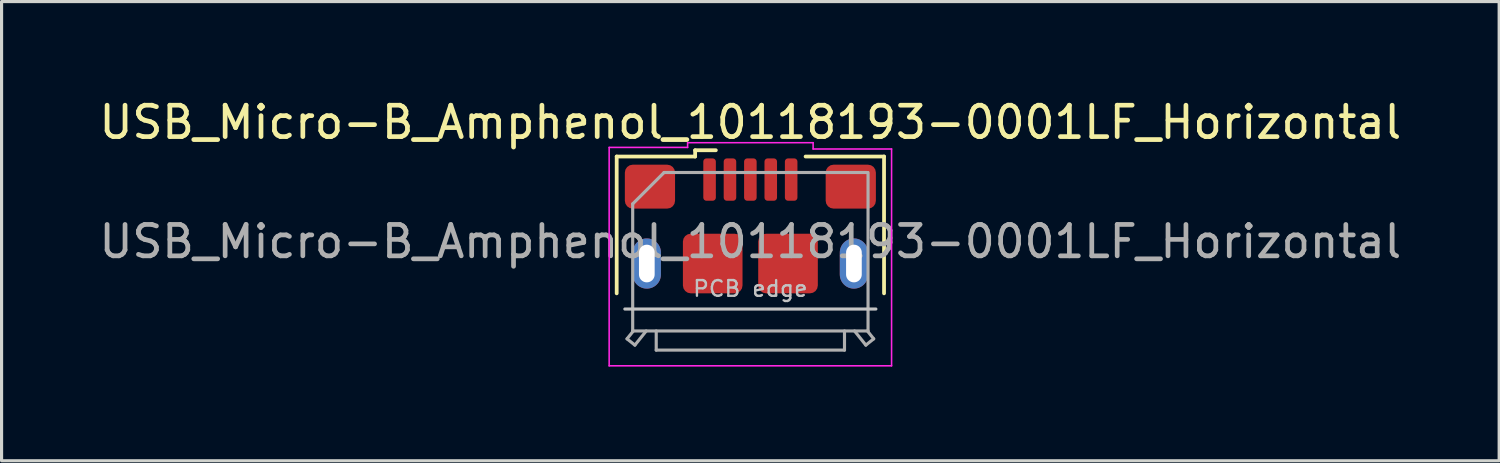
<source format=kicad_pcb>
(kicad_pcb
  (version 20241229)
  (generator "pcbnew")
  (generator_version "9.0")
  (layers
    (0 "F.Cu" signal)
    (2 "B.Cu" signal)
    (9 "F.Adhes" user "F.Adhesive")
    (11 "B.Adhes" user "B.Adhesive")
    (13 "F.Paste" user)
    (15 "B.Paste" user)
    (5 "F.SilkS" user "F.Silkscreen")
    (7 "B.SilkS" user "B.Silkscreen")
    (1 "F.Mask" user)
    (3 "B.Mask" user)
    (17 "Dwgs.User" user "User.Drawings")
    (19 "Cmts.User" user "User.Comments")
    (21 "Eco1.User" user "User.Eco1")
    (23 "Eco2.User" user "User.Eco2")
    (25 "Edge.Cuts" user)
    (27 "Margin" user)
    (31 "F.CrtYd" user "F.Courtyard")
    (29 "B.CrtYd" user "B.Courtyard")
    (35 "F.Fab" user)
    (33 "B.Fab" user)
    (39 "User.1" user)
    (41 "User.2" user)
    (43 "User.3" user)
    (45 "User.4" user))
  (footprint "USB_Micro-B_Amphenol_10118193-0001LF_Horizontal"
    (layer "F.Cu")
    (at 20.863 5.348)
    (property "Reference" "USB_Micro-B_Amphenol_10118193-0001LF_Horizontal" (at 0 -4.5 0) (layer "F.SilkS") (effects (font (size 1 1) (thickness 0.15))))
    (attr smd)
    (fp_line (start -4.26 -3.41) (end -4.26 0.95) (stroke (width 0.12) (type solid)) (layer "F.SilkS"))
    (fp_line (start -4.26 -3.41) (end -1.76 -3.41) (stroke (width 0.12) (type default)) (layer "F.SilkS"))
    (fp_line (start -1.76 -3.41) (end -1.76 -3.61) (stroke (width 0.12) (type default)) (layer "F.SilkS"))
    (fp_line (start -1.1 -3.61) (end -1.76 -3.61) (stroke (width 0.12) (type default)) (layer "F.SilkS"))
    (fp_line (start 1.76 -3.41) (end 4.26 -3.41) (stroke (width 0.12) (type default)) (layer "F.SilkS"))
    (fp_line (start 4.26 -3.41) (end 4.26 0.95) (stroke (width 0.12) (type solid)) (layer "F.SilkS"))
    (fp_line (start -4 1.45) (end 4 1.45) (stroke (width 0.1) (type solid)) (layer "Dwgs.User"))
    (fp_line (start -4.5 -3.7) (end -4.5 3.26) (stroke (width 0.05) (type solid)) (layer "F.CrtYd"))
    (fp_line (start -4.5 -3.7) (end -2 -3.7) (stroke (width 0.05) (type default)) (layer "F.CrtYd"))
    (fp_line (start -2 -3.85) (end 2 -3.85) (stroke (width 0.05) (type solid)) (layer "F.CrtYd"))
    (fp_line (start -2 -3.7) (end -2 -3.85) (stroke (width 0.05) (type default)) (layer "F.CrtYd"))
    (fp_line (start 2 -3.65) (end 2 -3.85) (stroke (width 0.05) (type default)) (layer "F.CrtYd"))
    (fp_line (start 4.5 -3.65) (end 2 -3.65) (stroke (width 0.05) (type default)) (layer "F.CrtYd"))
    (fp_line (start 4.5 3.26) (end -4.5 3.26) (stroke (width 0.05) (type solid)) (layer "F.CrtYd"))
    (fp_line (start 4.5 3.26) (end 4.5 -3.65) (stroke (width 0.05) (type solid)) (layer "F.CrtYd"))
    (fp_line (start -3.93 2.4) (end -3.68 2.6) (stroke (width 0.1) (type solid)) (layer "F.Fab"))
    (fp_line (start -3.75 -1.9) (end -3.75 2.15) (stroke (width 0.1) (type solid)) (layer "F.Fab"))
    (fp_line (start -3.75 -1.9) (end -2.75 -2.9) (stroke (width 0.1) (type default)) (layer "F.Fab"))
    (fp_line (start -3.75 2.15) (end 3.75 2.15) (stroke (width 0.1) (type solid)) (layer "F.Fab"))
    (fp_line (start -3.73 2.15) (end -3.93 2.4) (stroke (width 0.1) (type solid)) (layer "F.Fab"))
    (fp_line (start -3.32 2.15) (end -3.68 2.6) (stroke (width 0.1) (type solid)) (layer "F.Fab"))
    (fp_line (start -3 2.15) (end -3 2.76) (stroke (width 0.1) (type solid)) (layer "F.Fab"))
    (fp_line (start -3 2.76) (end 3 2.76) (stroke (width 0.1) (type solid)) (layer "F.Fab"))
    (fp_line (start 3 2.15) (end 3 2.76) (stroke (width 0.1) (type solid)) (layer "F.Fab"))
    (fp_line (start 3.32 2.15) (end 3.68 2.6) (stroke (width 0.1) (type solid)) (layer "F.Fab"))
    (fp_line (start 3.73 -2.9) (end -2.75 -2.9) (stroke (width 0.1) (type solid)) (layer "F.Fab"))
    (fp_line (start 3.73 2.15) (end 3.93 2.4) (stroke (width 0.1) (type solid)) (layer "F.Fab"))
    (fp_line (start 3.75 2.15) (end 3.75 -2.9) (stroke (width 0.1) (type solid)) (layer "F.Fab"))
    (fp_line (start 3.93 2.4) (end 3.68 2.6) (stroke (width 0.1) (type solid)) (layer "F.Fab"))
    (fp_text user "PCB edge" (at 0 0.8 0) (layer "Dwgs.User") (effects (font (size 0.5 0.5) (thickness 0.075))))
    (fp_text user "${REFERENCE}" (at 0 -0.7 0) (layer "F.Fab") (effects (font (size 1 1) (thickness 0.15))))
    (pad "1" smd roundrect (at -1.3 -2.675) (size 0.4 1.35) (layers "F.Cu" "F.Mask" "F.Paste") (roundrect_rratio 0.25))
    (pad "2" smd roundrect (at -0.65 -2.675) (size 0.4 1.35) (layers "F.Cu" "F.Mask" "F.Paste") (roundrect_rratio 0.25))
    (pad "3" smd roundrect (at 0 -2.675) (size 0.4 1.35) (layers "F.Cu" "F.Mask" "F.Paste") (roundrect_rratio 0.25))
    (pad "4" smd roundrect (at 0.65 -2.675) (size 0.4 1.35) (layers "F.Cu" "F.Mask" "F.Paste") (roundrect_rratio 0.25))
    (pad "5" smd roundrect (at 1.3 -2.675) (size 0.4 1.35) (layers "F.Cu" "F.Mask" "F.Paste") (roundrect_rratio 0.25))
    (pad "6" thru_hole oval (at -3.3 0 90) (size 1.6 0.9) (drill oval 1.2 0.5) (property pad_prop_heatsink) (layers "*.Cu" "*.Mask" "F.Paste"))
    (pad "6" smd roundrect (at -3.2 -2.45) (size 1.6 1.4) (layers "F.Cu" "F.Mask" "F.Paste") (roundrect_rratio 0.179))
    (pad "6" smd roundrect (at -1.2 0) (size 1.9 1.9) (layers "F.Cu" "F.Mask" "F.Paste") (roundrect_rratio 0.132))
    (pad "6" smd roundrect (at 1.2 0) (size 1.9 1.9) (layers "F.Cu" "F.Mask" "F.Paste") (roundrect_rratio 0.132))
    (pad "6" smd roundrect (at 3.2 -2.45) (size 1.6 1.4) (layers "F.Cu" "F.Mask" "F.Paste") (roundrect_rratio 0.179))
    (pad "6" thru_hole oval (at 3.3 0 90) (size 1.6 0.9) (drill oval 1.2 0.5) (property pad_prop_heatsink) (layers "*.Cu" "*.Mask" "F.Paste")))
  (gr_rect
    (start -3 -3)
    (end 44.726 11.633)
    (stroke (width 0.1) (type default))
    (fill no)
    (layer "Edge.Cuts")))
</source>
